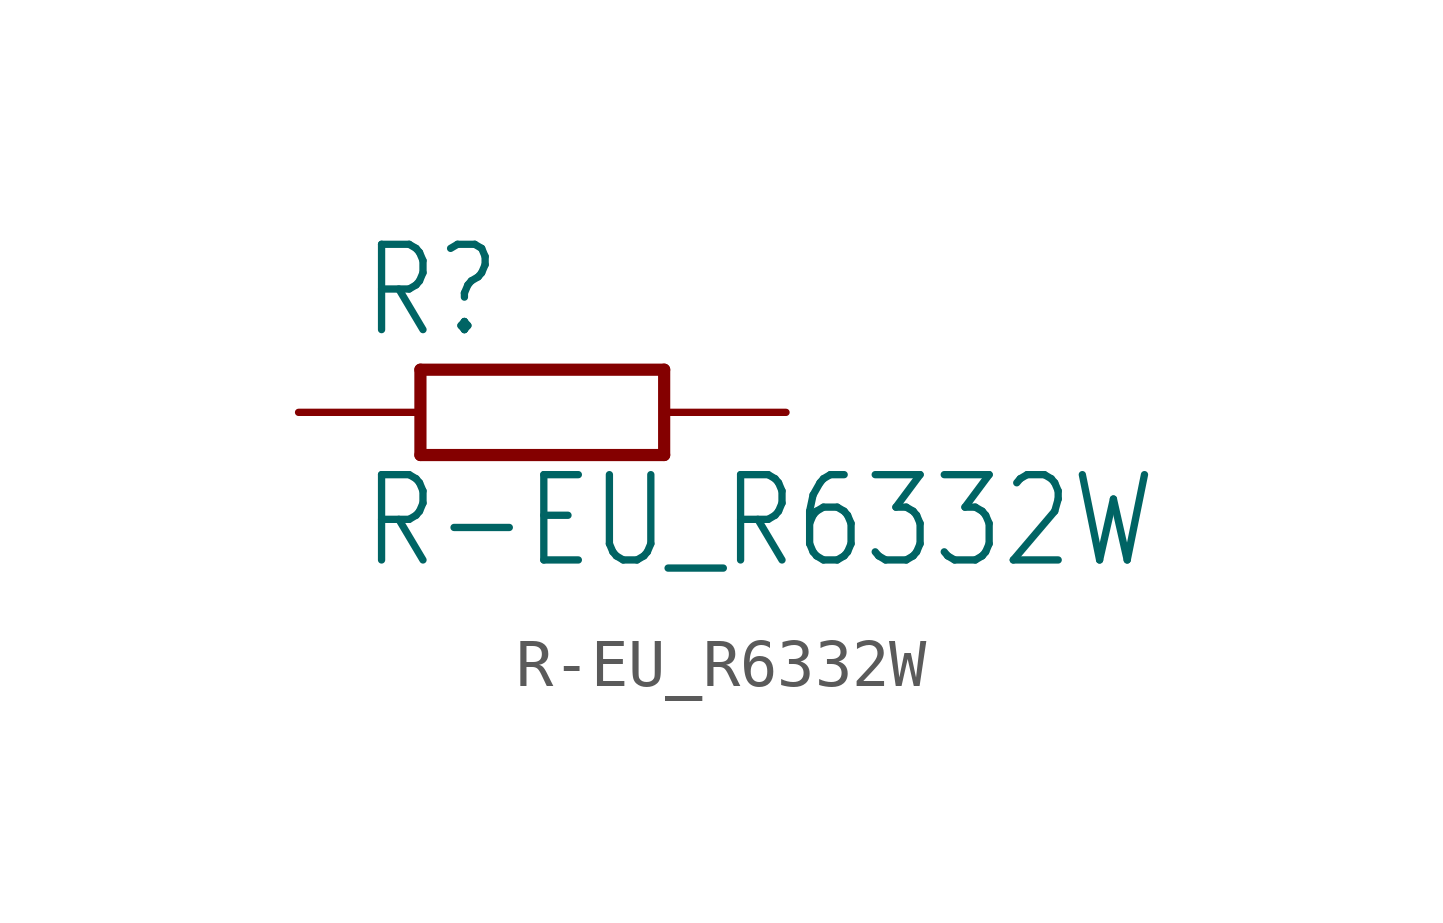
<source format=kicad_sym>
(kicad_symbol_lib
  (version 20211014)
  (generator kicad_symbol_editor)
  (symbol "R-EU_R6332W"
    (property "Reference" "R"
      (at -3.81 1.499 0)
      (effects (font (size 1.778 1.511)) (justify left bottom)))
    (property "Value" "R-EU_R6332W"
      (at -3.81 -3.302 0)
      (effects (font (size 1.778 1.511)) (justify left bottom)))
    (property "ki_locked" ""
      (at 0 0 0)
      (effects (font (size 1.27 1.27))))
    (symbol "R-EU_R6332W_1_0"
      (polyline (pts (xy -2.54 -0.889) (xy -2.54 0.889)) (stroke (width 0.254) (type default) (color 0 0 0 0)) (fill (type none)))
      (polyline (pts (xy -2.54 -0.889) (xy 2.54 -0.889)) (stroke (width 0.254) (type default) (color 0 0 0 0)) (fill (type none)))
      (polyline (pts (xy 2.54 -0.889) (xy 2.54 0.889)) (stroke (width 0.254) (type default) (color 0 0 0 0)) (fill (type none)))
      (polyline (pts (xy 2.54 0.889) (xy -2.54 0.889)) (stroke (width 0.254) (type default) (color 0 0 0 0)) (fill (type none)))
      (pin passive line (at -5.08 0 0) (length 2.54) (name "1" (effects (font (size 0 0)))) (number "1" (effects (font (size 0 0)))))
      (pin passive line (at 5.08 0 180) (length 2.54) (name "2" (effects (font (size 0 0)))) (number "2" (effects (font (size 0 0))))))))
</source>
